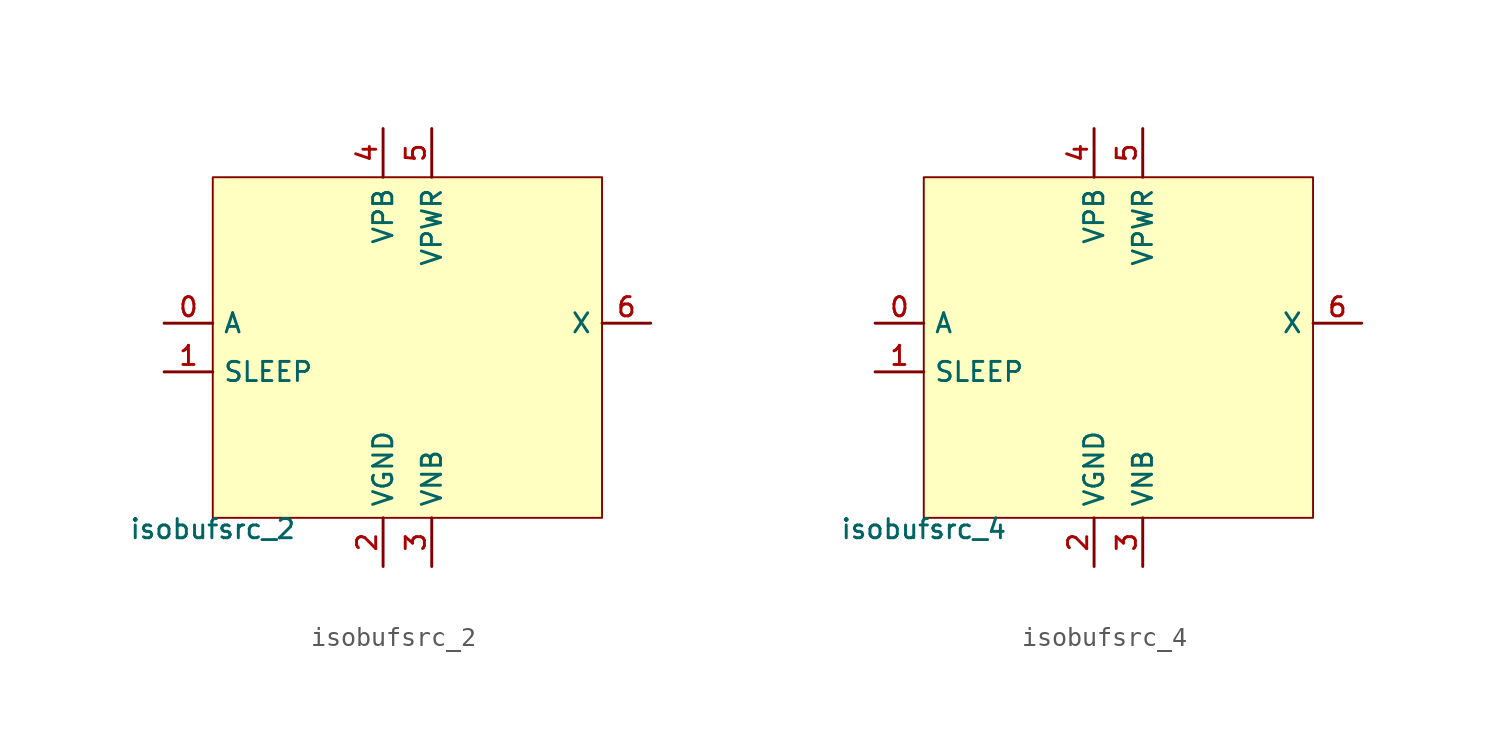
<source format=kicad_sym>
(kicad_symbol_lib
  (version 20211014)
  (generator pdk2kicad)
  (symbol "isobufsrc_2"
    (property "Reference" "X"
      (at 0 0 0)
      (effects (font (size 1 1)) hide))
    (property "Value" "isobufsrc_2"
      (at -10.16 -8.89 0)
      (effects (font (size 1 1)) (justify top)))
    (rectangle
      (start -10.16 -8.89)
      (end 10.16 8.89)
      (stroke (width 0.1) (type solid) (color 0 0 0 0))
      (fill (type background)))
    (pin input line
      (at -12.7 1.27 0)
      (length 2.54)
      (name "A" (effects (font (size 1 1)) hide))
      (number "0" (effects (font (size 1 1)) hide)))
    (pin input line
      (at -12.7 -1.27 0)
      (length 2.54)
      (name "SLEEP" (effects (font (size 1 1)) hide))
      (number "1" (effects (font (size 1 1)) hide)))
    (pin power_in line
      (at -1.27 -11.43 90)
      (length 2.54)
      (name "VGND" (effects (font (size 1 1)) hide))
      (number "2" (effects (font (size 1 1)) hide)))
    (pin power_in line
      (at 1.27 -11.43 90)
      (length 2.54)
      (name "VNB" (effects (font (size 1 1)) hide))
      (number "3" (effects (font (size 1 1)) hide)))
    (pin power_in line
      (at -1.27 11.43 270)
      (length 2.54)
      (name "VPB" (effects (font (size 1 1)) hide))
      (number "4" (effects (font (size 1 1)) hide)))
    (pin power_in line
      (at 1.27 11.43 270)
      (length 2.54)
      (name "VPWR" (effects (font (size 1 1)) hide))
      (number "5" (effects (font (size 1 1)) hide)))
    (pin output line
      (at 12.7 1.27 180)
      (length 2.54)
      (name "X" (effects (font (size 1 1)) hide))
      (number "6" (effects (font (size 1 1)) hide))))
  (symbol "isobufsrc_4"
    (property "Reference" "X"
      (at 0 0 0)
      (effects (font (size 1 1)) hide))
    (property "Value" "isobufsrc_4"
      (at -10.16 -8.89 0)
      (effects (font (size 1 1)) (justify top)))
    (rectangle
      (start -10.16 -8.89)
      (end 10.16 8.89)
      (stroke (width 0.1) (type solid) (color 0 0 0 0))
      (fill (type background)))
    (pin input line
      (at -12.7 1.27 0)
      (length 2.54)
      (name "A" (effects (font (size 1 1)) hide))
      (number "0" (effects (font (size 1 1)) hide)))
    (pin input line
      (at -12.7 -1.27 0)
      (length 2.54)
      (name "SLEEP" (effects (font (size 1 1)) hide))
      (number "1" (effects (font (size 1 1)) hide)))
    (pin power_in line
      (at -1.27 -11.43 90)
      (length 2.54)
      (name "VGND" (effects (font (size 1 1)) hide))
      (number "2" (effects (font (size 1 1)) hide)))
    (pin power_in line
      (at 1.27 -11.43 90)
      (length 2.54)
      (name "VNB" (effects (font (size 1 1)) hide))
      (number "3" (effects (font (size 1 1)) hide)))
    (pin power_in line
      (at -1.27 11.43 270)
      (length 2.54)
      (name "VPB" (effects (font (size 1 1)) hide))
      (number "4" (effects (font (size 1 1)) hide)))
    (pin power_in line
      (at 1.27 11.43 270)
      (length 2.54)
      (name "VPWR" (effects (font (size 1 1)) hide))
      (number "5" (effects (font (size 1 1)) hide)))
    (pin output line
      (at 12.7 1.27 180)
      (length 2.54)
      (name "X" (effects (font (size 1 1)) hide))
      (number "6" (effects (font (size 1 1)) hide)))))
</source>
